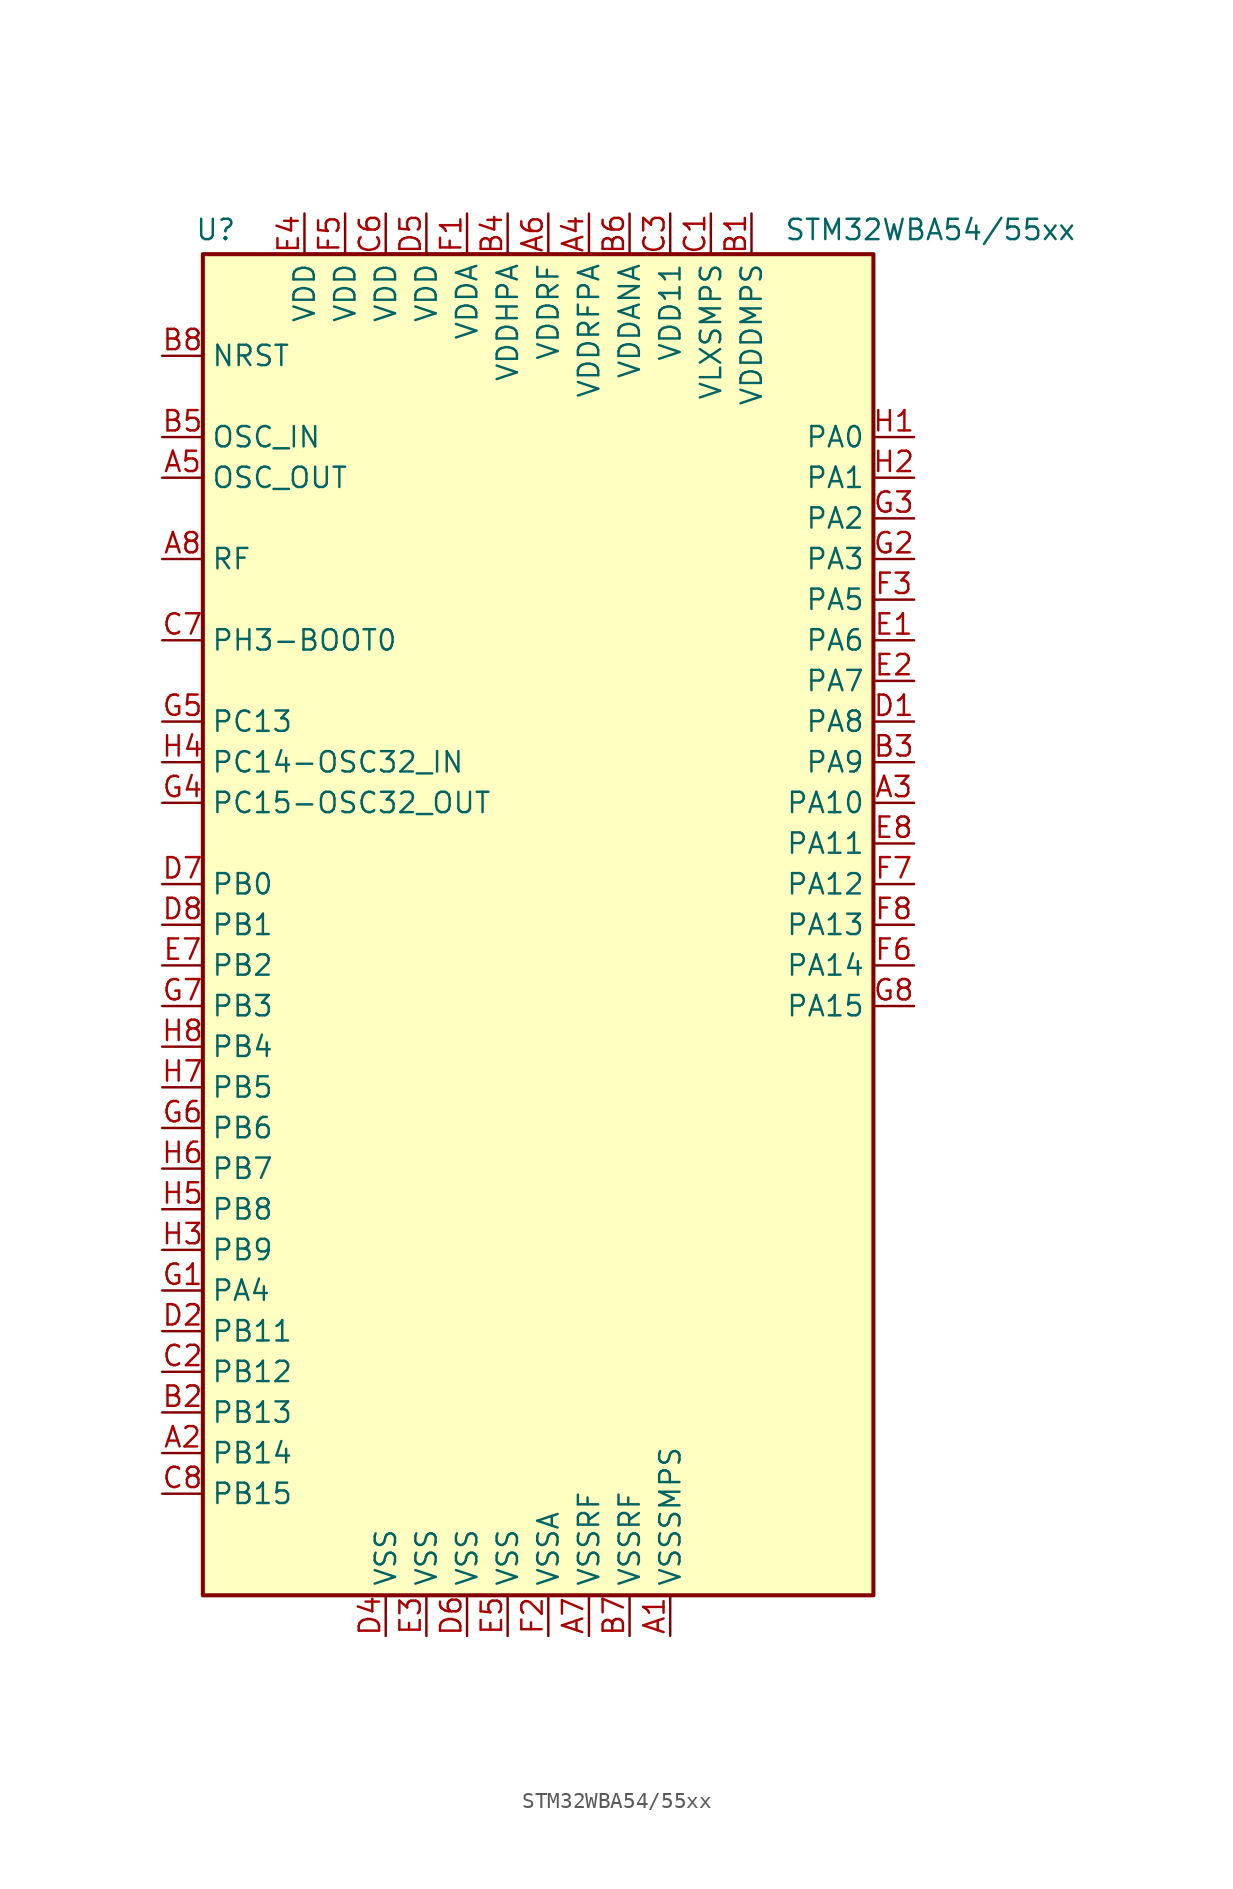
<source format=kicad_sym>
(kicad_symbol_lib
  (version 20231120)
  (generator "kicad_symbol_editor")
  (generator_version "8.0")
  (symbol "STM32WBA54/55xx"
    (property "Reference" "U"
      (at -20.828 44.704 0)
      (effects (font (size 1.27 1.27)) (justify left)))
    (property "Value" "STM32WBA54/55xx"
      (at 16.002 44.704 0)
      (effects (font (size 1.27 1.27)) (justify left)))
    (symbol "STM32WBA54/55xx_0_1"
      (rectangle (start -20.32 43.18) (end 21.59 -40.64) (stroke (width 0.254) (type default)) (fill (type background))))
    (symbol "STM32WBA54/55xx_1_0"
      (pin power_in line (at 8.89 -43.18 90) (length 2.54) (name "VSSSMPS" (effects (font (size 1.27 1.27)))) (number "A1" (effects (font (size 1.27 1.27)))))
      (pin power_in line (at 3.81 -43.18 90) (length 2.54) (name "VSSRF" (effects (font (size 1.27 1.27)))) (number "A7" (effects (font (size 1.27 1.27)))))
      (pin power_in line (at 13.97 45.72 270) (length 2.54) (name "VDDDMPS" (effects (font (size 1.27 1.27)))) (number "B1" (effects (font (size 1.27 1.27)))))
      (pin power_in line (at 6.35 45.72 270) (length 2.54) (name "VDDANA" (effects (font (size 1.27 1.27)))) (number "B6" (effects (font (size 1.27 1.27)))))
      (pin power_in line (at 6.35 -43.18 90) (length 2.54) (name "VSSRF" (effects (font (size 1.27 1.27)))) (number "B7" (effects (font (size 1.27 1.27)))))
      (pin power_out line (at 11.43 45.72 270) (length 2.54) (name "VLXSMPS" (effects (font (size 1.27 1.27)))) (number "C1" (effects (font (size 1.27 1.27)))))
      (pin power_out line (at 8.89 45.72 270) (length 2.54) (name "VDD11" (effects (font (size 1.27 1.27)))) (number "C3" (effects (font (size 1.27 1.27)))))
      (pin power_in line (at -8.89 -43.18 90) (length 2.54) (name "VSS" (effects (font (size 1.27 1.27)))) (number "D4" (effects (font (size 1.27 1.27)))))
      (pin power_in line (at -3.81 -43.18 90) (length 2.54) (name "VSS" (effects (font (size 1.27 1.27)))) (number "D6" (effects (font (size 1.27 1.27)))))
      (pin power_in line (at -13.97 45.72 270) (length 2.54) (name "VDD" (effects (font (size 1.27 1.27)))) (number "E4" (effects (font (size 1.27 1.27)))))
      (pin power_in line (at 1.27 -43.18 90) (length 2.54) (name "VSSA" (effects (font (size 1.27 1.27)))) (number "F2" (effects (font (size 1.27 1.27))))))
    (symbol "STM32WBA54/55xx_1_1"
      (pin bidirectional line (at -22.86 -31.75 0) (length 2.54) (name "PB14" (effects (font (size 1.27 1.27)))) (number "A2" (effects (font (size 1.27 1.27)))) (alternate "PWR_WKUP7" bidirectional line) (alternate "RTC_REFIN" bidirectional line) (alternate "TIM3_CH3" bidirectional line) (alternate "TSC_G6_IO1" bidirectional line) (alternate "USART1_TX" bidirectional line))
      (pin bidirectional line (at 24.13 8.89 180) (length 2.54) (name "PA10" (effects (font (size 1.27 1.27)))) (number "A3" (effects (font (size 1.27 1.27)))) (alternate "LPUART1_RX" bidirectional line) (alternate "TIM3_CH1" bidirectional line))
      (pin power_in line (at 3.81 45.72 270) (length 2.54) (name "VDDRFPA" (effects (font (size 1.27 1.27)))) (number "A4" (effects (font (size 1.27 1.27)))))
      (pin output line (at -22.86 29.21 0) (length 2.54) (name "OSC_OUT" (effects (font (size 1.27 1.27)))) (number "A5" (effects (font (size 1.27 1.27)))) (alternate "RCC_OSC_OUT" bidirectional line))
      (pin power_in line (at 1.27 45.72 270) (length 2.54) (name "VDDRF" (effects (font (size 1.27 1.27)))) (number "A6" (effects (font (size 1.27 1.27)))))
      (pin bidirectional line (at -22.86 24.13 0) (length 2.54) (name "RF" (effects (font (size 1.27 1.27)))) (number "A8" (effects (font (size 1.27 1.27)))))
      (pin bidirectional line (at -22.86 -29.21 0) (length 2.54) (name "PB13" (effects (font (size 1.27 1.27)))) (number "B2" (effects (font (size 1.27 1.27)))) (alternate "TIM3_CH4" bidirectional line) (alternate "TSC_G6_IO2" bidirectional line))
      (pin bidirectional line (at 24.13 11.43 180) (length 2.54) (name "PA9" (effects (font (size 1.27 1.27)))) (number "B3" (effects (font (size 1.27 1.27)))) (alternate "LPUART1_DE" bidirectional line) (alternate "LPUART1_RTS" bidirectional line) (alternate "TIM3_CH2" bidirectional line))
      (pin power_out line (at -1.27 45.72 270) (length 2.54) (name "VDDHPA" (effects (font (size 1.27 1.27)))) (number "B4" (effects (font (size 1.27 1.27)))))
      (pin input line (at -22.86 31.75 0) (length 2.54) (name "OSC_IN" (effects (font (size 1.27 1.27)))) (number "B5" (effects (font (size 1.27 1.27)))) (alternate "RCC_OSC_IN" bidirectional line))
      (pin bidirectional line (at -22.86 36.83 0) (length 2.54) (name "NRST" (effects (font (size 1.27 1.27)))) (number "B8" (effects (font (size 1.27 1.27)))))
      (pin bidirectional line (at -22.86 -26.67 0) (length 2.54) (name "PB12" (effects (font (size 1.27 1.27)))) (number "C2" (effects (font (size 1.27 1.27)))) (alternate "SPI1_RDY" bidirectional line) (alternate "TIM2_CH1" bidirectional line) (alternate "TIM2_ETR" bidirectional line) (alternate "TIM3_ETR" bidirectional line) (alternate "TSC_SYNC" bidirectional line) (alternate "USART1_TX" bidirectional line))
      (pin power_in line (at -8.89 45.72 270) (length 2.54) (name "VDD" (effects (font (size 1.27 1.27)))) (number "C6" (effects (font (size 1.27 1.27)))))
      (pin bidirectional line (at -22.86 19.05 0) (length 2.54) (name "PH3-BOOT0" (effects (font (size 1.27 1.27)))) (number "C7" (effects (font (size 1.27 1.27)))) (alternate "TAMP_IN2" bidirectional line) (alternate "TAMP_OUT1" bidirectional line))
      (pin bidirectional line (at -22.86 -34.29 0) (length 2.54) (name "PB15" (effects (font (size 1.27 1.27)))) (number "C8" (effects (font (size 1.27 1.27)))) (alternate "ADC4_EXTI15" bidirectional line) (alternate "I2C1_SMBA" bidirectional line) (alternate "I2C3_SMBA" bidirectional line) (alternate "LPUART1_CTS" bidirectional line) (alternate "TIM16_BKIN" bidirectional line) (alternate "TIM1_BKIN2" bidirectional line) (alternate "USART2_CTS" bidirectional line))
      (pin bidirectional line (at 24.13 13.97 180) (length 2.54) (name "PA8" (effects (font (size 1.27 1.27)))) (number "D1" (effects (font (size 1.27 1.27)))) (alternate "ADC4_IN1" bidirectional line) (alternate "LPTIM1_CH2" bidirectional line) (alternate "RCC_MCO" bidirectional line) (alternate "SPI3_RDY" bidirectional line) (alternate "TIM2_CH2" bidirectional line) (alternate "TSC_G1_IO1" bidirectional line) (alternate "USART1_RX" bidirectional line))
      (pin bidirectional line (at -22.86 -24.13 0) (length 2.54) (name "PB11" (effects (font (size 1.27 1.27)))) (number "D2" (effects (font (size 1.27 1.27)))) (alternate "LPTIM1_CH1" bidirectional line) (alternate "LPTIM1_ETR" bidirectional line) (alternate "LPUART1_TX" bidirectional line))
      (pin power_in line (at -6.35 45.72 270) (length 2.54) (name "VDD" (effects (font (size 1.27 1.27)))) (number "D5" (effects (font (size 1.27 1.27)))))
      (pin bidirectional line (at -22.86 3.81 0) (length 2.54) (name "PB0" (effects (font (size 1.27 1.27)))) (number "D7" (effects (font (size 1.27 1.27)))) (alternate "LPTIM2_IN2" bidirectional line) (alternate "TIM1_CH3N" bidirectional line) (alternate "USART2_TX" bidirectional line))
      (pin bidirectional line (at -22.86 1.27 0) (length 2.54) (name "PB1" (effects (font (size 1.27 1.27)))) (number "D8" (effects (font (size 1.27 1.27)))) (alternate "I2C1_SDA" bidirectional line) (alternate "I2C3_SDA" bidirectional line) (alternate "PWR_WKUP4" bidirectional line) (alternate "TIM1_CH2N" bidirectional line) (alternate "USART2_DE" bidirectional line) (alternate "USART2_RTS" bidirectional line))
      (pin bidirectional line (at 24.13 19.05 180) (length 2.54) (name "PA6" (effects (font (size 1.27 1.27)))) (number "E1" (effects (font (size 1.27 1.27)))) (alternate "ADC4_IN3" bidirectional line) (alternate "I2C3_SCL" bidirectional line) (alternate "PWR_CSTOP" bidirectional line) (alternate "PWR_WKUP7" bidirectional line) (alternate "SPI3_RDY" bidirectional line) (alternate "TIM2_CH4" bidirectional line) (alternate "TSC_G1_IO3" bidirectional line) (alternate "USART1_DE" bidirectional line) (alternate "USART1_RTS" bidirectional line))
      (pin bidirectional line (at 24.13 16.51 180) (length 2.54) (name "PA7" (effects (font (size 1.27 1.27)))) (number "E2" (effects (font (size 1.27 1.27)))) (alternate "ADC4_IN2" bidirectional line) (alternate "I2C3_SDA" bidirectional line) (alternate "PWR_WKUP8" bidirectional line) (alternate "TAMP_IN1" bidirectional line) (alternate "TAMP_OUT2" bidirectional line) (alternate "TIM2_CH3" bidirectional line) (alternate "TSC_G1_IO2" bidirectional line) (alternate "USART1_CTS" bidirectional line))
      (pin power_in line (at -6.35 -43.18 90) (length 2.54) (name "VSS" (effects (font (size 1.27 1.27)))) (number "E3" (effects (font (size 1.27 1.27)))))
      (pin power_in line (at -1.27 -43.18 90) (length 2.54) (name "VSS" (effects (font (size 1.27 1.27)))) (number "E5" (effects (font (size 1.27 1.27)))))
      (pin bidirectional line (at -22.86 -1.27 0) (length 2.54) (name "PB2" (effects (font (size 1.27 1.27)))) (number "E7" (effects (font (size 1.27 1.27)))) (alternate "I2C1_SCL" bidirectional line) (alternate "I2C3_SCL" bidirectional line) (alternate "PWR_WKUP1" bidirectional line) (alternate "RF_ANTSW2" bidirectional line) (alternate "RTC_OUT2" bidirectional line) (alternate "TIM1_CH1N" bidirectional line) (alternate "USART2_CTS" bidirectional line))
      (pin bidirectional line (at 24.13 6.35 180) (length 2.54) (name "PA11" (effects (font (size 1.27 1.27)))) (number "E8" (effects (font (size 1.27 1.27)))) (alternate "LPTIM2_CH1" bidirectional line) (alternate "RF_ANTSW1" bidirectional line) (alternate "TIM1_CH1" bidirectional line) (alternate "USART2_RX" bidirectional line))
      (pin power_in line (at -3.81 45.72 270) (length 2.54) (name "VDDA" (effects (font (size 1.27 1.27)))) (number "F1" (effects (font (size 1.27 1.27)))))
      (pin bidirectional line (at 24.13 21.59 180) (length 2.54) (name "PA5" (effects (font (size 1.27 1.27)))) (number "F3" (effects (font (size 1.27 1.27)))) (alternate "ADC4_IN4" bidirectional line) (alternate "LPTIM2_ETR" bidirectional line) (alternate "PWR_CSLEEP" bidirectional line) (alternate "PWR_WKUP6" bidirectional line) (alternate "SPI3_NSS" bidirectional line) (alternate "TIM2_CH1" bidirectional line) (alternate "TIM2_ETR" bidirectional line) (alternate "TSC_G1_IO4" bidirectional line) (alternate "USART1_CK" bidirectional line))
      (pin power_in line (at -11.43 45.72 270) (length 2.54) (name "VDD" (effects (font (size 1.27 1.27)))) (number "F5" (effects (font (size 1.27 1.27)))))
      (pin bidirectional line (at 24.13 -1.27 180) (length 2.54) (name "PA14" (effects (font (size 1.27 1.27)))) (number "F6" (effects (font (size 1.27 1.27)))) (alternate "DEBUG_JTCK-SWCLK" bidirectional line) (alternate "TAMP_IN3" bidirectional line) (alternate "TAMP_OUT6" bidirectional line) (alternate "USART2_TX" bidirectional line))
      (pin bidirectional line (at 24.13 3.81 180) (length 2.54) (name "PA12" (effects (font (size 1.27 1.27)))) (number "F7" (effects (font (size 1.27 1.27)))) (alternate "PWR_WKUP6" bidirectional line) (alternate "RF_ANTSW0" bidirectional line) (alternate "SPI1_NSS" bidirectional line) (alternate "TIM1_CH2" bidirectional line) (alternate "TSC_G3_IO4" bidirectional line) (alternate "USART2_TX" bidirectional line))
      (pin bidirectional line (at 24.13 1.27 180) (length 2.54) (name "PA13" (effects (font (size 1.27 1.27)))) (number "F8" (effects (font (size 1.27 1.27)))) (alternate "DEBUG_JTMS-SWDIO" bidirectional line) (alternate "IR_OUT" bidirectional line))
      (pin bidirectional line (at -22.86 -21.59 0) (length 2.54) (name "PA4" (effects (font (size 1.27 1.27)))) (number "G1" (effects (font (size 1.27 1.27)))) (alternate "TIM16_BKIN" bidirectional line) (alternate "TSC_G4_IO3" bidirectional line) (alternate "USART1_CK" bidirectional line))
      (pin bidirectional line (at 24.13 24.13 180) (length 2.54) (name "PA3" (effects (font (size 1.27 1.27)))) (number "G2" (effects (font (size 1.27 1.27)))) (alternate "ADC4_IN6" bidirectional line) (alternate "PWR_WKUP5" bidirectional line) (alternate "TIM16_CH1N" bidirectional line) (alternate "TSC_G4_IO2" bidirectional line) (alternate "USART1_DE" bidirectional line) (alternate "USART1_RTS" bidirectional line))
      (pin bidirectional line (at 24.13 26.67 180) (length 2.54) (name "PA2" (effects (font (size 1.27 1.27)))) (number "G3" (effects (font (size 1.27 1.27)))) (alternate "ADC4_IN7" bidirectional line) (alternate "LPUART1_TX" bidirectional line) (alternate "PWR_WKUP4" bidirectional line) (alternate "RCC_LSCO" bidirectional line) (alternate "TIM16_CH1" bidirectional line) (alternate "TIM1_BKIN" bidirectional line) (alternate "TIM3_CH1" bidirectional line) (alternate "TSC_G4_IO4" bidirectional line) (alternate "USART1_DE" bidirectional line) (alternate "USART1_RTS" bidirectional line))
      (pin bidirectional line (at -22.86 8.89 0) (length 2.54) (name "PC15-OSC32_OUT" (effects (font (size 1.27 1.27)))) (number "G4" (effects (font (size 1.27 1.27)))) (alternate "ADC4_EXTI15" bidirectional line) (alternate "RCC_OSC32_OUT" bidirectional line))
      (pin bidirectional line (at -22.86 13.97 0) (length 2.54) (name "PC13" (effects (font (size 1.27 1.27)))) (number "G5" (effects (font (size 1.27 1.27)))) (alternate "PWR_WKUP2" bidirectional line) (alternate "RTC_OUT1" bidirectional line) (alternate "RTC_TS" bidirectional line) (alternate "TAMP_IN4" bidirectional line) (alternate "TAMP_OUT5" bidirectional line) (alternate "TIM1_BKIN2" bidirectional line) (alternate "TSC_G5_IO1" bidirectional line))
      (pin bidirectional line (at -22.86 -11.43 0) (length 2.54) (name "PB6" (effects (font (size 1.27 1.27)))) (number "G6" (effects (font (size 1.27 1.27)))) (alternate "PWR_WKUP3" bidirectional line) (alternate "TIM2_CH1" bidirectional line) (alternate "TIM2_ETR" bidirectional line) (alternate "TSC_G5_IO3" bidirectional line))
      (pin bidirectional line (at -22.86 -3.81 0) (length 2.54) (name "PB3" (effects (font (size 1.27 1.27)))) (number "G7" (effects (font (size 1.27 1.27)))) (alternate "DEBUG_JTDO-SWO" bidirectional line) (alternate "I2C1_SDA" bidirectional line) (alternate "LPTIM1_IN2" bidirectional line) (alternate "SPI1_MISO" bidirectional line) (alternate "TIM17_CH1N" bidirectional line) (alternate "TIM1_CH4" bidirectional line) (alternate "TSC_G3_IO2" bidirectional line) (alternate "USART2_CK" bidirectional line))
      (pin bidirectional line (at 24.13 -3.81 180) (length 2.54) (name "PA15" (effects (font (size 1.27 1.27)))) (number "G8" (effects (font (size 1.27 1.27)))) (alternate "ADC4_EXTI15" bidirectional line) (alternate "DEBUG_JTDI" bidirectional line) (alternate "I2C1_SCL" bidirectional line) (alternate "LPTIM1_CH2" bidirectional line) (alternate "SPI1_MOSI" bidirectional line) (alternate "TIM17_BKIN" bidirectional line) (alternate "TIM1_ETR" bidirectional line) (alternate "TSC_G3_IO3" bidirectional line) (alternate "USART2_DE" bidirectional line) (alternate "USART2_RTS" bidirectional line))
      (pin bidirectional line (at 24.13 31.75 180) (length 2.54) (name "PA0" (effects (font (size 1.27 1.27)))) (number "H1" (effects (font (size 1.27 1.27)))) (alternate "ADC4_IN9" bidirectional line) (alternate "LPTIM1_IN1" bidirectional line) (alternate "LPUART1_CTS" bidirectional line) (alternate "PWR_WKUP1" bidirectional line) (alternate "SPI3_SCK" bidirectional line) (alternate "TIM1_CH2N" bidirectional line) (alternate "TIM3_CH3" bidirectional line) (alternate "TIM3_ETR" bidirectional line) (alternate "TSC_G2_IO2" bidirectional line))
      (pin bidirectional line (at 24.13 29.21 180) (length 2.54) (name "PA1" (effects (font (size 1.27 1.27)))) (number "H2" (effects (font (size 1.27 1.27)))) (alternate "ADC4_IN8" bidirectional line) (alternate "LPTIM2_CH2" bidirectional line) (alternate "LPUART1_RX" bidirectional line) (alternate "PWR_WKUP3" bidirectional line) (alternate "SPI1_RDY" bidirectional line) (alternate "TIM17_CH1" bidirectional line) (alternate "TIM1_CH1N" bidirectional line) (alternate "TIM3_CH2" bidirectional line) (alternate "TSC_G2_IO1" bidirectional line) (alternate "USART1_CK" bidirectional line))
      (pin bidirectional line (at -22.86 -19.05 0) (length 2.54) (name "PB9" (effects (font (size 1.27 1.27)))) (number "H3" (effects (font (size 1.27 1.27)))) (alternate "ADC4_IN10" bidirectional line) (alternate "IR_OUT" bidirectional line) (alternate "LPTIM2_IN1" bidirectional line) (alternate "LPUART1_DE" bidirectional line) (alternate "LPUART1_RTS" bidirectional line) (alternate "PWR_WKUP8" bidirectional line) (alternate "SPI3_MISO" bidirectional line) (alternate "TIM16_CH1" bidirectional line) (alternate "TIM1_CH3N" bidirectional line) (alternate "TIM3_CH4" bidirectional line) (alternate "TSC_G2_IO3" bidirectional line))
      (pin bidirectional line (at -22.86 11.43 0) (length 2.54) (name "PC14-OSC32_IN" (effects (font (size 1.27 1.27)))) (number "H4" (effects (font (size 1.27 1.27)))) (alternate "RCC_OSC32_IN" bidirectional line))
      (pin bidirectional line (at -22.86 -16.51 0) (length 2.54) (name "PB8" (effects (font (size 1.27 1.27)))) (number "H5" (effects (font (size 1.27 1.27)))) (alternate "LPTIM1_ETR" bidirectional line) (alternate "PWR_PVD_IN" bidirectional line) (alternate "SPI3_MOSI" bidirectional line) (alternate "TIM16_CH1N" bidirectional line) (alternate "TIM1_CH1" bidirectional line) (alternate "TIM3_ETR" bidirectional line) (alternate "TSC_G2_IO4" bidirectional line) (alternate "USART2_RX" bidirectional line))
      (pin bidirectional line (at -22.86 -13.97 0) (length 2.54) (name "PB7" (effects (font (size 1.27 1.27)))) (number "H6" (effects (font (size 1.27 1.27)))) (alternate "PWR_WKUP5" bidirectional line) (alternate "TAMP_IN5" bidirectional line) (alternate "TAMP_OUT4" bidirectional line) (alternate "TIM1_CH4N" bidirectional line) (alternate "TSC_G5_IO2" bidirectional line))
      (pin bidirectional line (at -22.86 -8.89 0) (length 2.54) (name "PB5" (effects (font (size 1.27 1.27)))) (number "H7" (effects (font (size 1.27 1.27)))) (alternate "LPUART1_TX" bidirectional line) (alternate "TIM3_CH1" bidirectional line) (alternate "TSC_G5_IO4" bidirectional line))
      (pin bidirectional line (at -22.86 -6.35 0) (length 2.54) (name "PB4" (effects (font (size 1.27 1.27)))) (number "H8" (effects (font (size 1.27 1.27)))) (alternate "DEBUG_JTRST" bidirectional line) (alternate "LPTIM2_IN2" bidirectional line) (alternate "SPI1_SCK" bidirectional line) (alternate "TIM17_CH1" bidirectional line) (alternate "TIM1_CH3" bidirectional line) (alternate "TSC_G3_IO1" bidirectional line) (alternate "USART2_RX" bidirectional line)))))
</source>
